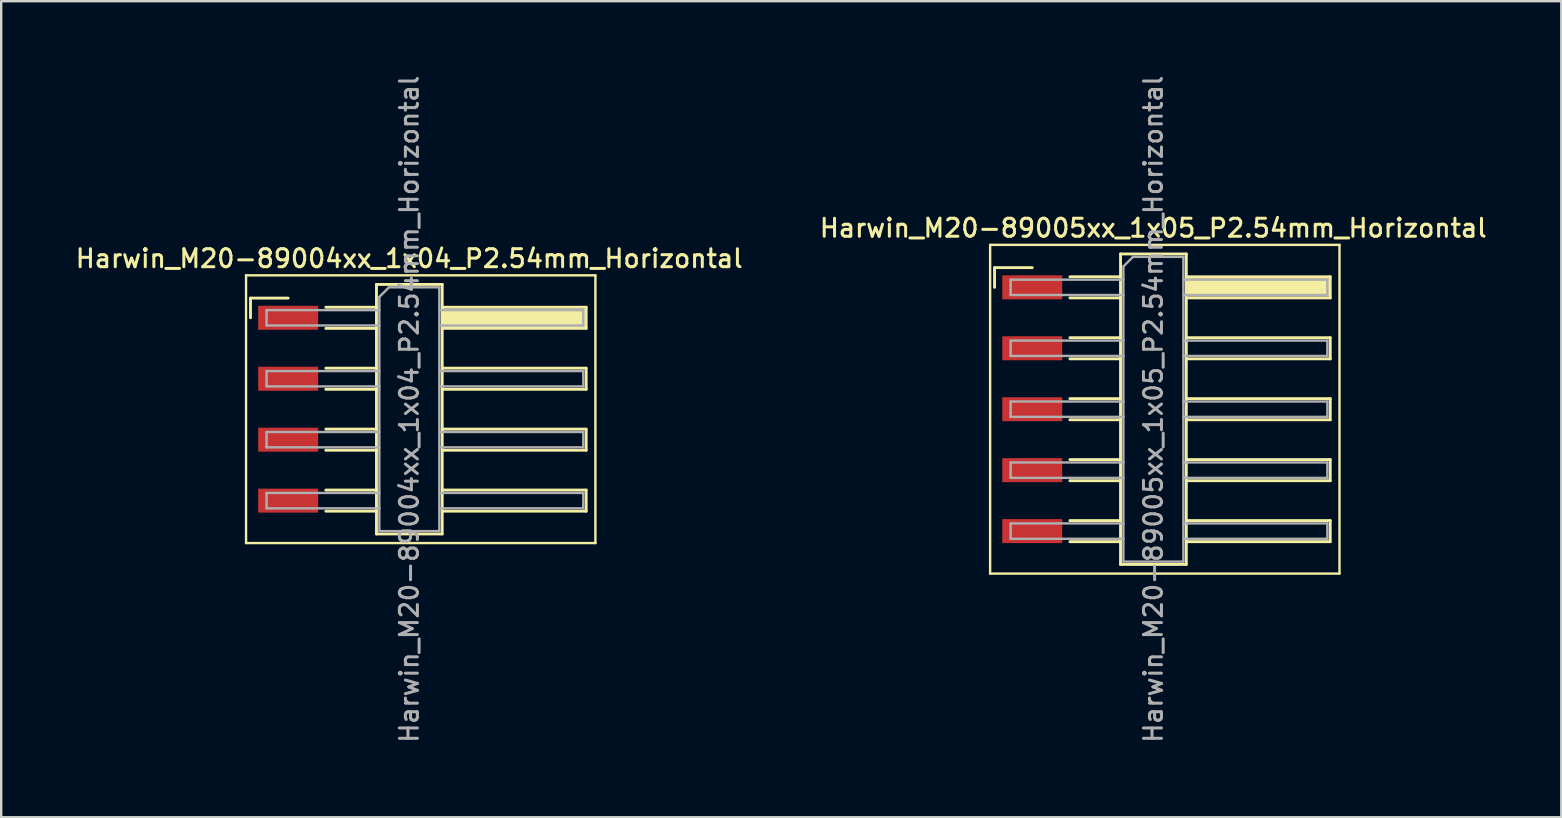
<source format=kicad_pcb>
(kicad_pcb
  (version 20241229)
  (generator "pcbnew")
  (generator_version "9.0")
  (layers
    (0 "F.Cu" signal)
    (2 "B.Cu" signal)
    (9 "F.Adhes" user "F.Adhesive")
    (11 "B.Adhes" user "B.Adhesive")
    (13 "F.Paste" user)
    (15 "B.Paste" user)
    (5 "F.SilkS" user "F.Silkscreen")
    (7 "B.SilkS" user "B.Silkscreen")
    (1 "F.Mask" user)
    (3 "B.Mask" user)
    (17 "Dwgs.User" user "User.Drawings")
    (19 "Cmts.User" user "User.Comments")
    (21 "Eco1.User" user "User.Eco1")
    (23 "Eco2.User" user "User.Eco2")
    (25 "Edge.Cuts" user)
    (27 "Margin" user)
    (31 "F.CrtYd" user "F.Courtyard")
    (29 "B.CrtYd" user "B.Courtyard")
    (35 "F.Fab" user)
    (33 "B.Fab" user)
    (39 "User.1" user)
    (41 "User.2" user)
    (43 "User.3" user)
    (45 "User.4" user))
  (footprint "Harwin_M20-89004xx_1x04_P2.54mm_Horizontal"
    (layer "F.Cu")
    (at 14.485 14.005)
    (property "Reference" "Harwin_M20-89004xx_1x04_P2.54mm_Horizontal" (at -0.48 -6.28 0) (layer "F.SilkS") (effects (font (size 0.75 0.75) (thickness 0.125))))
    (attr smd)
    (fp_line (start -7.28 -5.58) (end 7.28 -5.58) (stroke (width 0.1) (type solid)) (layer "F.SilkS"))
    (fp_line (start -7.28 5.58) (end -7.28 -5.58) (stroke (width 0.1) (type solid)) (layer "F.SilkS"))
    (fp_line (start -7.095 -4.63) (end -5.525 -4.63) (stroke (width 0.12) (type solid)) (layer "F.SilkS"))
    (fp_line (start -7.095 -3.81) (end -7.095 -4.63) (stroke (width 0.12) (type solid)) (layer "F.SilkS"))
    (fp_line (start -3.955 -4.25) (end -1.845 -4.25) (stroke (width 0.12) (type solid)) (layer "F.SilkS"))
    (fp_line (start -3.955 -3.37) (end -1.845 -3.37) (stroke (width 0.12) (type solid)) (layer "F.SilkS"))
    (fp_line (start -3.955 -1.71) (end -1.845 -1.71) (stroke (width 0.12) (type solid)) (layer "F.SilkS"))
    (fp_line (start -3.955 -0.83) (end -1.845 -0.83) (stroke (width 0.12) (type solid)) (layer "F.SilkS"))
    (fp_line (start -3.955 0.83) (end -1.845 0.83) (stroke (width 0.12) (type solid)) (layer "F.SilkS"))
    (fp_line (start -3.955 1.71) (end -1.845 1.71) (stroke (width 0.12) (type solid)) (layer "F.SilkS"))
    (fp_line (start -3.955 3.37) (end -1.845 3.37) (stroke (width 0.12) (type solid)) (layer "F.SilkS"))
    (fp_line (start -3.955 4.25) (end -1.845 4.25) (stroke (width 0.12) (type solid)) (layer "F.SilkS"))
    (fp_line (start -1.845 -5.2) (end 0.895 -5.2) (stroke (width 0.12) (type solid)) (layer "F.SilkS"))
    (fp_line (start -1.845 5.2) (end -1.845 -5.2) (stroke (width 0.12) (type solid)) (layer "F.SilkS"))
    (fp_line (start 0.895 -5.2) (end 0.895 5.2) (stroke (width 0.12) (type solid)) (layer "F.SilkS"))
    (fp_line (start 0.895 -4.25) (end 6.895 -4.25) (stroke (width 0.12) (type solid)) (layer "F.SilkS"))
    (fp_line (start 0.895 -1.71) (end 6.895 -1.71) (stroke (width 0.12) (type solid)) (layer "F.SilkS"))
    (fp_line (start 0.895 0.83) (end 6.895 0.83) (stroke (width 0.12) (type solid)) (layer "F.SilkS"))
    (fp_line (start 0.895 3.37) (end 6.895 3.37) (stroke (width 0.12) (type solid)) (layer "F.SilkS"))
    (fp_line (start 0.895 5.2) (end -1.845 5.2) (stroke (width 0.12) (type solid)) (layer "F.SilkS"))
    (fp_line (start 6.895 -4.25) (end 6.895 -3.37) (stroke (width 0.12) (type solid)) (layer "F.SilkS"))
    (fp_line (start 6.895 -3.37) (end 0.895 -3.37) (stroke (width 0.12) (type solid)) (layer "F.SilkS"))
    (fp_line (start 6.895 -1.71) (end 6.895 -0.83) (stroke (width 0.12) (type solid)) (layer "F.SilkS"))
    (fp_line (start 6.895 -0.83) (end 0.895 -0.83) (stroke (width 0.12) (type solid)) (layer "F.SilkS"))
    (fp_line (start 6.895 0.83) (end 6.895 1.71) (stroke (width 0.12) (type solid)) (layer "F.SilkS"))
    (fp_line (start 6.895 1.71) (end 0.895 1.71) (stroke (width 0.12) (type solid)) (layer "F.SilkS"))
    (fp_line (start 6.895 3.37) (end 6.895 4.25) (stroke (width 0.12) (type solid)) (layer "F.SilkS"))
    (fp_line (start 6.895 4.25) (end 0.895 4.25) (stroke (width 0.12) (type solid)) (layer "F.SilkS"))
    (fp_line (start 7.28 -5.58) (end 7.28 5.58) (stroke (width 0.1) (type solid)) (layer "F.SilkS"))
    (fp_line (start 7.28 5.58) (end -7.28 5.58) (stroke (width 0.1) (type solid)) (layer "F.SilkS"))
    (fp_line (start -6.425 -4.13) (end -6.425 -3.49) (stroke (width 0.1) (type solid)) (layer "F.Fab"))
    (fp_line (start -6.425 -3.49) (end -1.725 -3.49) (stroke (width 0.1) (type solid)) (layer "F.Fab"))
    (fp_line (start -6.425 -1.59) (end -6.425 -0.95) (stroke (width 0.1) (type solid)) (layer "F.Fab"))
    (fp_line (start -6.425 -0.95) (end -1.725 -0.95) (stroke (width 0.1) (type solid)) (layer "F.Fab"))
    (fp_line (start -6.425 0.95) (end -6.425 1.59) (stroke (width 0.1) (type solid)) (layer "F.Fab"))
    (fp_line (start -6.425 1.59) (end -1.725 1.59) (stroke (width 0.1) (type solid)) (layer "F.Fab"))
    (fp_line (start -6.425 3.49) (end -6.425 4.13) (stroke (width 0.1) (type solid)) (layer "F.Fab"))
    (fp_line (start -6.425 4.13) (end -1.725 4.13) (stroke (width 0.1) (type solid)) (layer "F.Fab"))
    (fp_line (start -1.725 -4.68) (end -1.325 -5.08) (stroke (width 0.1) (type solid)) (layer "F.Fab"))
    (fp_line (start -1.725 -4.13) (end -6.425 -4.13) (stroke (width 0.1) (type solid)) (layer "F.Fab"))
    (fp_line (start -1.725 -1.59) (end -6.425 -1.59) (stroke (width 0.1) (type solid)) (layer "F.Fab"))
    (fp_line (start -1.725 0.95) (end -6.425 0.95) (stroke (width 0.1) (type solid)) (layer "F.Fab"))
    (fp_line (start -1.725 3.49) (end -6.425 3.49) (stroke (width 0.1) (type solid)) (layer "F.Fab"))
    (fp_line (start -1.725 5.08) (end -1.725 -4.68) (stroke (width 0.1) (type solid)) (layer "F.Fab"))
    (fp_line (start -1.325 -5.08) (end 0.775 -5.08) (stroke (width 0.1) (type solid)) (layer "F.Fab"))
    (fp_line (start 0.775 -5.08) (end 0.775 5.08) (stroke (width 0.1) (type solid)) (layer "F.Fab"))
    (fp_line (start 0.775 -4.13) (end 6.775 -4.13) (stroke (width 0.1) (type solid)) (layer "F.Fab"))
    (fp_line (start 0.775 -1.59) (end 6.775 -1.59) (stroke (width 0.1) (type solid)) (layer "F.Fab"))
    (fp_line (start 0.775 0.95) (end 6.775 0.95) (stroke (width 0.1) (type solid)) (layer "F.Fab"))
    (fp_line (start 0.775 3.49) (end 6.775 3.49) (stroke (width 0.1) (type solid)) (layer "F.Fab"))
    (fp_line (start 0.775 5.08) (end -1.725 5.08) (stroke (width 0.1) (type solid)) (layer "F.Fab"))
    (fp_line (start 6.775 -4.13) (end 6.775 -3.49) (stroke (width 0.1) (type solid)) (layer "F.Fab"))
    (fp_line (start 6.775 -3.49) (end 0.775 -3.49) (stroke (width 0.1) (type solid)) (layer "F.Fab"))
    (fp_line (start 6.775 -1.59) (end 6.775 -0.95) (stroke (width 0.1) (type solid)) (layer "F.Fab"))
    (fp_line (start 6.775 -0.95) (end 0.775 -0.95) (stroke (width 0.1) (type solid)) (layer "F.Fab"))
    (fp_line (start 6.775 0.95) (end 6.775 1.59) (stroke (width 0.1) (type solid)) (layer "F.Fab"))
    (fp_line (start 6.775 1.59) (end 0.775 1.59) (stroke (width 0.1) (type solid)) (layer "F.Fab"))
    (fp_line (start 6.775 3.49) (end 6.775 4.13) (stroke (width 0.1) (type solid)) (layer "F.Fab"))
    (fp_line (start 6.775 4.13) (end 0.775 4.13) (stroke (width 0.1) (type solid)) (layer "F.Fab"))
    (fp_text user "${REFERENCE}" (at -0.48 0 90) (layer "F.Fab") (effects (font (size 0.75 0.75) (thickness 0.125))))
    (pad "" smd rect (at 3.895 -3.81) (size 6 0.76) (layers "F.SilkS"))
    (pad "1" smd rect (at -5.525 -3.81) (size 2.5 1) (layers "F.Cu" "F.Mask" "F.Paste"))
    (pad "2" smd rect (at -5.525 -1.27) (size 2.5 1) (layers "F.Cu" "F.Mask" "F.Paste"))
    (pad "3" smd rect (at -5.525 1.27) (size 2.5 1) (layers "F.Cu" "F.Mask" "F.Paste"))
    (pad "4" smd rect (at -5.525 3.81) (size 2.5 1) (layers "F.Cu" "F.Mask" "F.Paste")))
  (footprint "Harwin_M20-89005xx_1x05_P2.54mm_Horizontal"
    (layer "F.Cu")
    (at 45.496 14.005)
    (property "Reference" "Harwin_M20-89005xx_1x05_P2.54mm_Horizontal" (at -0.48 -7.55 0) (layer "F.SilkS") (effects (font (size 0.75 0.75) (thickness 0.125))))
    (attr smd)
    (fp_line (start -7.28 -6.85) (end 7.28 -6.85) (stroke (width 0.1) (type solid)) (layer "F.SilkS"))
    (fp_line (start -7.28 6.85) (end -7.28 -6.85) (stroke (width 0.1) (type solid)) (layer "F.SilkS"))
    (fp_line (start -7.095 -5.9) (end -5.525 -5.9) (stroke (width 0.12) (type solid)) (layer "F.SilkS"))
    (fp_line (start -7.095 -5.08) (end -7.095 -5.9) (stroke (width 0.12) (type solid)) (layer "F.SilkS"))
    (fp_line (start -3.955 -5.52) (end -1.845 -5.52) (stroke (width 0.12) (type solid)) (layer "F.SilkS"))
    (fp_line (start -3.955 -4.64) (end -1.845 -4.64) (stroke (width 0.12) (type solid)) (layer "F.SilkS"))
    (fp_line (start -3.955 -2.98) (end -1.845 -2.98) (stroke (width 0.12) (type solid)) (layer "F.SilkS"))
    (fp_line (start -3.955 -2.1) (end -1.845 -2.1) (stroke (width 0.12) (type solid)) (layer "F.SilkS"))
    (fp_line (start -3.955 -0.44) (end -1.845 -0.44) (stroke (width 0.12) (type solid)) (layer "F.SilkS"))
    (fp_line (start -3.955 0.44) (end -1.845 0.44) (stroke (width 0.12) (type solid)) (layer "F.SilkS"))
    (fp_line (start -3.955 2.1) (end -1.845 2.1) (stroke (width 0.12) (type solid)) (layer "F.SilkS"))
    (fp_line (start -3.955 2.98) (end -1.845 2.98) (stroke (width 0.12) (type solid)) (layer "F.SilkS"))
    (fp_line (start -3.955 4.64) (end -1.845 4.64) (stroke (width 0.12) (type solid)) (layer "F.SilkS"))
    (fp_line (start -3.955 5.52) (end -1.845 5.52) (stroke (width 0.12) (type solid)) (layer "F.SilkS"))
    (fp_line (start -1.845 -6.47) (end 0.895 -6.47) (stroke (width 0.12) (type solid)) (layer "F.SilkS"))
    (fp_line (start -1.845 6.47) (end -1.845 -6.47) (stroke (width 0.12) (type solid)) (layer "F.SilkS"))
    (fp_line (start 0.895 -6.47) (end 0.895 6.47) (stroke (width 0.12) (type solid)) (layer "F.SilkS"))
    (fp_line (start 0.895 -5.52) (end 6.895 -5.52) (stroke (width 0.12) (type solid)) (layer "F.SilkS"))
    (fp_line (start 0.895 -2.98) (end 6.895 -2.98) (stroke (width 0.12) (type solid)) (layer "F.SilkS"))
    (fp_line (start 0.895 -0.44) (end 6.895 -0.44) (stroke (width 0.12) (type solid)) (layer "F.SilkS"))
    (fp_line (start 0.895 2.1) (end 6.895 2.1) (stroke (width 0.12) (type solid)) (layer "F.SilkS"))
    (fp_line (start 0.895 4.64) (end 6.895 4.64) (stroke (width 0.12) (type solid)) (layer "F.SilkS"))
    (fp_line (start 0.895 6.47) (end -1.845 6.47) (stroke (width 0.12) (type solid)) (layer "F.SilkS"))
    (fp_line (start 6.895 -5.52) (end 6.895 -4.64) (stroke (width 0.12) (type solid)) (layer "F.SilkS"))
    (fp_line (start 6.895 -4.64) (end 0.895 -4.64) (stroke (width 0.12) (type solid)) (layer "F.SilkS"))
    (fp_line (start 6.895 -2.98) (end 6.895 -2.1) (stroke (width 0.12) (type solid)) (layer "F.SilkS"))
    (fp_line (start 6.895 -2.1) (end 0.895 -2.1) (stroke (width 0.12) (type solid)) (layer "F.SilkS"))
    (fp_line (start 6.895 -0.44) (end 6.895 0.44) (stroke (width 0.12) (type solid)) (layer "F.SilkS"))
    (fp_line (start 6.895 0.44) (end 0.895 0.44) (stroke (width 0.12) (type solid)) (layer "F.SilkS"))
    (fp_line (start 6.895 2.1) (end 6.895 2.98) (stroke (width 0.12) (type solid)) (layer "F.SilkS"))
    (fp_line (start 6.895 2.98) (end 0.895 2.98) (stroke (width 0.12) (type solid)) (layer "F.SilkS"))
    (fp_line (start 6.895 4.64) (end 6.895 5.52) (stroke (width 0.12) (type solid)) (layer "F.SilkS"))
    (fp_line (start 6.895 5.52) (end 0.895 5.52) (stroke (width 0.12) (type solid)) (layer "F.SilkS"))
    (fp_line (start 7.28 -6.85) (end 7.28 6.85) (stroke (width 0.1) (type solid)) (layer "F.SilkS"))
    (fp_line (start 7.28 6.85) (end -7.28 6.85) (stroke (width 0.1) (type solid)) (layer "F.SilkS"))
    (fp_line (start -6.425 -5.4) (end -6.425 -4.76) (stroke (width 0.1) (type solid)) (layer "F.Fab"))
    (fp_line (start -6.425 -4.76) (end -1.725 -4.76) (stroke (width 0.1) (type solid)) (layer "F.Fab"))
    (fp_line (start -6.425 -2.86) (end -6.425 -2.22) (stroke (width 0.1) (type solid)) (layer "F.Fab"))
    (fp_line (start -6.425 -2.22) (end -1.725 -2.22) (stroke (width 0.1) (type solid)) (layer "F.Fab"))
    (fp_line (start -6.425 -0.32) (end -6.425 0.32) (stroke (width 0.1) (type solid)) (layer "F.Fab"))
    (fp_line (start -6.425 0.32) (end -1.725 0.32) (stroke (width 0.1) (type solid)) (layer "F.Fab"))
    (fp_line (start -6.425 2.22) (end -6.425 2.86) (stroke (width 0.1) (type solid)) (layer "F.Fab"))
    (fp_line (start -6.425 2.86) (end -1.725 2.86) (stroke (width 0.1) (type solid)) (layer "F.Fab"))
    (fp_line (start -6.425 4.76) (end -6.425 5.4) (stroke (width 0.1) (type solid)) (layer "F.Fab"))
    (fp_line (start -6.425 5.4) (end -1.725 5.4) (stroke (width 0.1) (type solid)) (layer "F.Fab"))
    (fp_line (start -1.725 -5.95) (end -1.325 -6.35) (stroke (width 0.1) (type solid)) (layer "F.Fab"))
    (fp_line (start -1.725 -5.4) (end -6.425 -5.4) (stroke (width 0.1) (type solid)) (layer "F.Fab"))
    (fp_line (start -1.725 -2.86) (end -6.425 -2.86) (stroke (width 0.1) (type solid)) (layer "F.Fab"))
    (fp_line (start -1.725 -0.32) (end -6.425 -0.32) (stroke (width 0.1) (type solid)) (layer "F.Fab"))
    (fp_line (start -1.725 2.22) (end -6.425 2.22) (stroke (width 0.1) (type solid)) (layer "F.Fab"))
    (fp_line (start -1.725 4.76) (end -6.425 4.76) (stroke (width 0.1) (type solid)) (layer "F.Fab"))
    (fp_line (start -1.725 6.35) (end -1.725 -5.95) (stroke (width 0.1) (type solid)) (layer "F.Fab"))
    (fp_line (start -1.325 -6.35) (end 0.775 -6.35) (stroke (width 0.1) (type solid)) (layer "F.Fab"))
    (fp_line (start 0.775 -6.35) (end 0.775 6.35) (stroke (width 0.1) (type solid)) (layer "F.Fab"))
    (fp_line (start 0.775 -5.4) (end 6.775 -5.4) (stroke (width 0.1) (type solid)) (layer "F.Fab"))
    (fp_line (start 0.775 -2.86) (end 6.775 -2.86) (stroke (width 0.1) (type solid)) (layer "F.Fab"))
    (fp_line (start 0.775 -0.32) (end 6.775 -0.32) (stroke (width 0.1) (type solid)) (layer "F.Fab"))
    (fp_line (start 0.775 2.22) (end 6.775 2.22) (stroke (width 0.1) (type solid)) (layer "F.Fab"))
    (fp_line (start 0.775 4.76) (end 6.775 4.76) (stroke (width 0.1) (type solid)) (layer "F.Fab"))
    (fp_line (start 0.775 6.35) (end -1.725 6.35) (stroke (width 0.1) (type solid)) (layer "F.Fab"))
    (fp_line (start 6.775 -5.4) (end 6.775 -4.76) (stroke (width 0.1) (type solid)) (layer "F.Fab"))
    (fp_line (start 6.775 -4.76) (end 0.775 -4.76) (stroke (width 0.1) (type solid)) (layer "F.Fab"))
    (fp_line (start 6.775 -2.86) (end 6.775 -2.22) (stroke (width 0.1) (type solid)) (layer "F.Fab"))
    (fp_line (start 6.775 -2.22) (end 0.775 -2.22) (stroke (width 0.1) (type solid)) (layer "F.Fab"))
    (fp_line (start 6.775 -0.32) (end 6.775 0.32) (stroke (width 0.1) (type solid)) (layer "F.Fab"))
    (fp_line (start 6.775 0.32) (end 0.775 0.32) (stroke (width 0.1) (type solid)) (layer "F.Fab"))
    (fp_line (start 6.775 2.22) (end 6.775 2.86) (stroke (width 0.1) (type solid)) (layer "F.Fab"))
    (fp_line (start 6.775 2.86) (end 0.775 2.86) (stroke (width 0.1) (type solid)) (layer "F.Fab"))
    (fp_line (start 6.775 4.76) (end 6.775 5.4) (stroke (width 0.1) (type solid)) (layer "F.Fab"))
    (fp_line (start 6.775 5.4) (end 0.775 5.4) (stroke (width 0.1) (type solid)) (layer "F.Fab"))
    (fp_text user "${REFERENCE}" (at -0.48 0 90) (layer "F.Fab") (effects (font (size 0.75 0.75) (thickness 0.125))))
    (pad "" smd rect (at 3.895 -5.08) (size 6 0.76) (layers "F.SilkS"))
    (pad "1" smd rect (at -5.525 -5.08) (size 2.5 1) (layers "F.Cu" "F.Mask" "F.Paste"))
    (pad "2" smd rect (at -5.525 -2.54) (size 2.5 1) (layers "F.Cu" "F.Mask" "F.Paste"))
    (pad "3" smd rect (at -5.525 0) (size 2.5 1) (layers "F.Cu" "F.Mask" "F.Paste"))
    (pad "4" smd rect (at -5.525 2.54) (size 2.5 1) (layers "F.Cu" "F.Mask" "F.Paste"))
    (pad "5" smd rect (at -5.525 5.08) (size 2.5 1) (layers "F.Cu" "F.Mask" "F.Paste")))
  (gr_rect
    (start -3 -3)
    (end 62.021 31.011)
    (stroke (width 0.1) (type default))
    (fill no)
    (layer "Edge.Cuts")))
</source>
